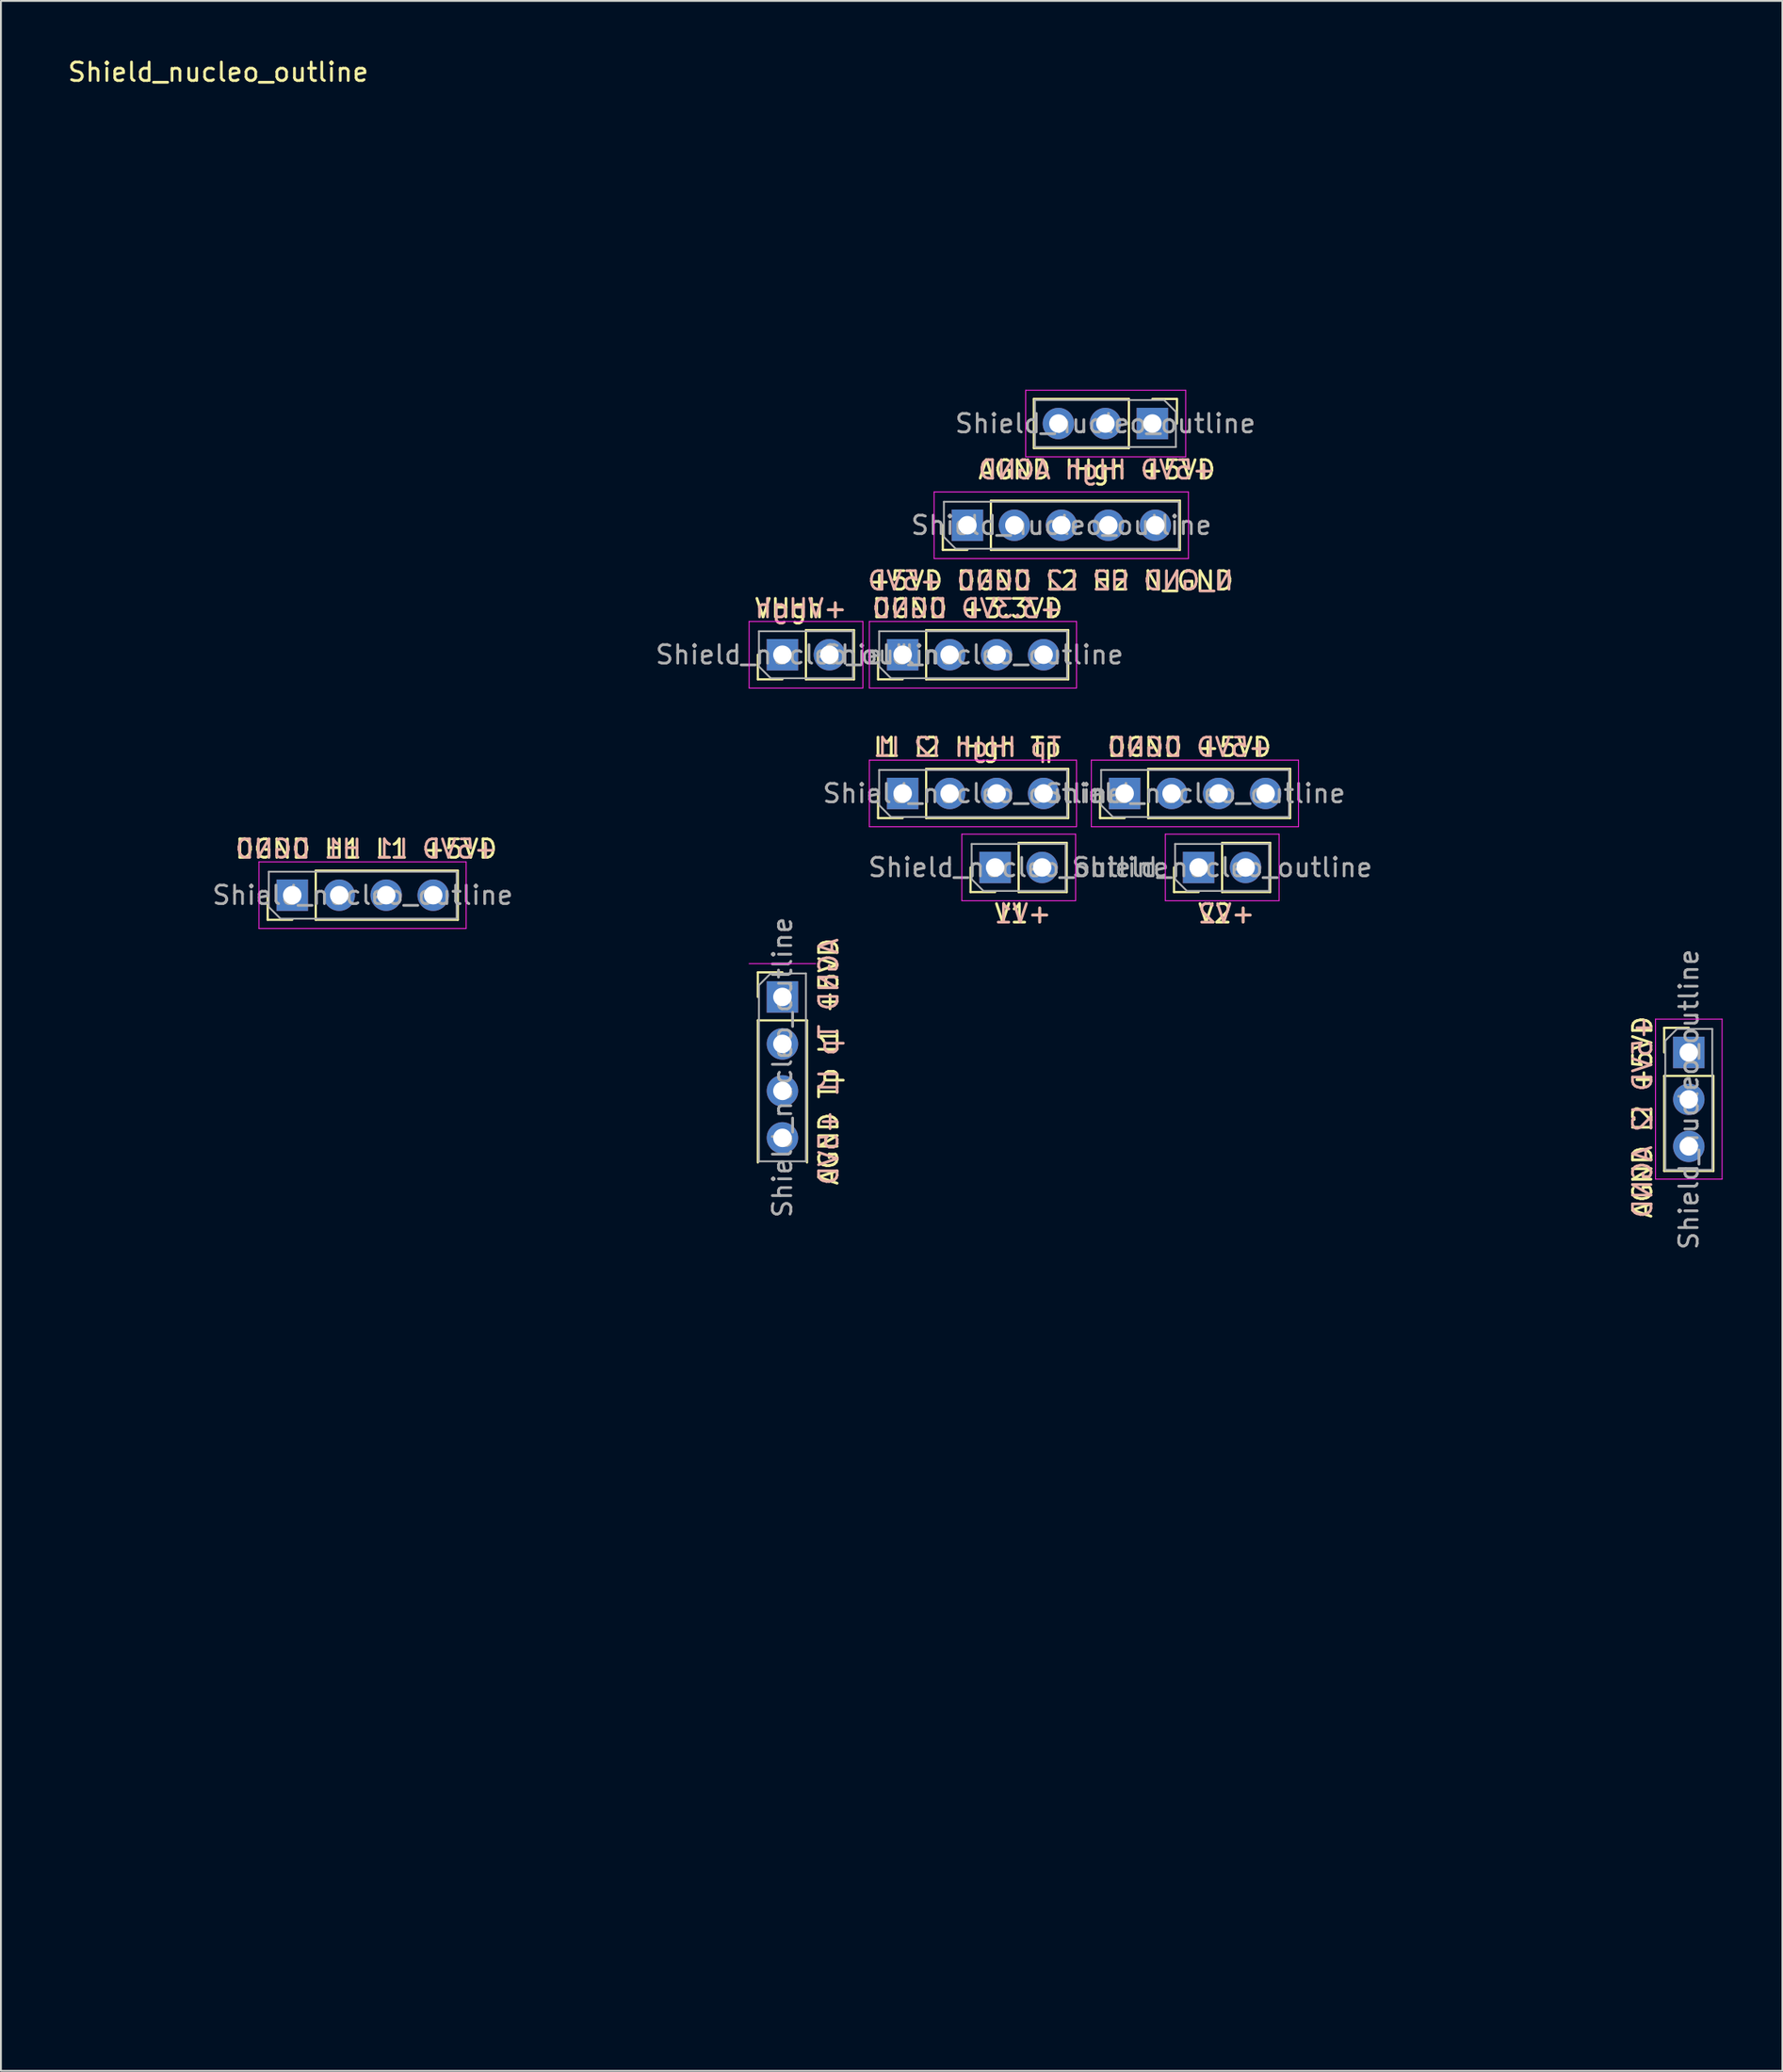
<source format=kicad_pcb>
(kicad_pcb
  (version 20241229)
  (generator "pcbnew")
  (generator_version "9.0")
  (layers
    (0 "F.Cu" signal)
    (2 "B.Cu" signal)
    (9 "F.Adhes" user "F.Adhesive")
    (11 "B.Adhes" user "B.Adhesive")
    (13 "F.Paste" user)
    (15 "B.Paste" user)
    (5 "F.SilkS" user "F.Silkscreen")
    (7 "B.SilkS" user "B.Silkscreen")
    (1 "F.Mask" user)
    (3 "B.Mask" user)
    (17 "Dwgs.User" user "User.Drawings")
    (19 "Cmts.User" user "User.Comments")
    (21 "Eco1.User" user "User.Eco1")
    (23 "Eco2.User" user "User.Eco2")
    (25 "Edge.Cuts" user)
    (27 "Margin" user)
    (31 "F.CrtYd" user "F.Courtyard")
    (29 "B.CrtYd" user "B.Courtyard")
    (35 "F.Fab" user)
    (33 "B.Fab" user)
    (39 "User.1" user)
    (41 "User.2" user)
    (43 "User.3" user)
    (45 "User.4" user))
  (footprint "Shield_nucleo_outline"
    (layer "F.Cu")
    (at 0.25 5.848)
    (property "Reference" "Shield_nucleo_outline" (at 8.5 -5 180) (layer "F.SilkS") (effects (font (size 1 1) (thickness 0.15))))
    (attr through_hole)
    (fp_line (start 11.17 40.83) (end 11.17 39.5) (stroke (width 0.12) (type solid)) (layer "F.SilkS"))
    (fp_line (start 12.5 40.83) (end 11.17 40.83) (stroke (width 0.12) (type solid)) (layer "F.SilkS"))
    (fp_line (start 13.77 38.17) (end 21.45 38.17) (stroke (width 0.12) (type solid)) (layer "F.SilkS"))
    (fp_line (start 13.77 40.83) (end 13.77 38.17) (stroke (width 0.12) (type solid)) (layer "F.SilkS"))
    (fp_line (start 13.77 40.83) (end 21.45 40.83) (stroke (width 0.12) (type solid)) (layer "F.SilkS"))
    (fp_line (start 21.45 40.83) (end 21.45 38.17) (stroke (width 0.12) (type solid)) (layer "F.SilkS"))
    (fp_line (start 37.67 27.83) (end 37.67 26.5) (stroke (width 0.12) (type solid)) (layer "F.SilkS"))
    (fp_line (start 37.67 43.67) (end 39 43.67) (stroke (width 0.12) (type solid)) (layer "F.SilkS"))
    (fp_line (start 37.67 45) (end 37.67 43.67) (stroke (width 0.12) (type solid)) (layer "F.SilkS"))
    (fp_line (start 37.67 46.27) (end 37.67 53.95) (stroke (width 0.12) (type solid)) (layer "F.SilkS"))
    (fp_line (start 37.67 46.27) (end 40.33 46.27) (stroke (width 0.12) (type solid)) (layer "F.SilkS"))
    (fp_line (start 39 27.83) (end 37.67 27.83) (stroke (width 0.12) (type solid)) (layer "F.SilkS"))
    (fp_line (start 40.27 25.17) (end 42.87 25.17) (stroke (width 0.12) (type solid)) (layer "F.SilkS"))
    (fp_line (start 40.27 27.83) (end 40.27 25.17) (stroke (width 0.12) (type solid)) (layer "F.SilkS"))
    (fp_line (start 40.27 27.83) (end 42.87 27.83) (stroke (width 0.12) (type solid)) (layer "F.SilkS"))
    (fp_line (start 40.33 46.27) (end 40.33 53.95) (stroke (width 0.12) (type solid)) (layer "F.SilkS"))
    (fp_line (start 42.87 27.83) (end 42.87 25.17) (stroke (width 0.12) (type solid)) (layer "F.SilkS"))
    (fp_line (start 44.17 27.83) (end 44.17 26.5) (stroke (width 0.12) (type solid)) (layer "F.SilkS"))
    (fp_line (start 44.17 35.33) (end 44.17 34) (stroke (width 0.12) (type solid)) (layer "F.SilkS"))
    (fp_line (start 45.5 27.83) (end 44.17 27.83) (stroke (width 0.12) (type solid)) (layer "F.SilkS"))
    (fp_line (start 45.5 35.33) (end 44.17 35.33) (stroke (width 0.12) (type solid)) (layer "F.SilkS"))
    (fp_line (start 46.77 25.17) (end 54.45 25.17) (stroke (width 0.12) (type solid)) (layer "F.SilkS"))
    (fp_line (start 46.77 27.83) (end 46.77 25.17) (stroke (width 0.12) (type solid)) (layer "F.SilkS"))
    (fp_line (start 46.77 27.83) (end 54.45 27.83) (stroke (width 0.12) (type solid)) (layer "F.SilkS"))
    (fp_line (start 46.77 32.67) (end 54.45 32.67) (stroke (width 0.12) (type solid)) (layer "F.SilkS"))
    (fp_line (start 46.77 35.33) (end 46.77 32.67) (stroke (width 0.12) (type solid)) (layer "F.SilkS"))
    (fp_line (start 46.77 35.33) (end 54.45 35.33) (stroke (width 0.12) (type solid)) (layer "F.SilkS"))
    (fp_line (start 47.67 20.83) (end 47.67 19.5) (stroke (width 0.12) (type solid)) (layer "F.SilkS"))
    (fp_line (start 49 20.83) (end 47.67 20.83) (stroke (width 0.12) (type solid)) (layer "F.SilkS"))
    (fp_line (start 49.17 39.33) (end 49.17 38) (stroke (width 0.12) (type solid)) (layer "F.SilkS"))
    (fp_line (start 50.27 18.17) (end 60.49 18.17) (stroke (width 0.12) (type solid)) (layer "F.SilkS"))
    (fp_line (start 50.27 20.83) (end 50.27 18.17) (stroke (width 0.12) (type solid)) (layer "F.SilkS"))
    (fp_line (start 50.27 20.83) (end 60.49 20.83) (stroke (width 0.12) (type solid)) (layer "F.SilkS"))
    (fp_line (start 50.5 39.33) (end 49.17 39.33) (stroke (width 0.12) (type solid)) (layer "F.SilkS"))
    (fp_line (start 51.77 36.67) (end 54.37 36.67) (stroke (width 0.12) (type solid)) (layer "F.SilkS"))
    (fp_line (start 51.77 39.33) (end 51.77 36.67) (stroke (width 0.12) (type solid)) (layer "F.SilkS"))
    (fp_line (start 51.77 39.33) (end 54.37 39.33) (stroke (width 0.12) (type solid)) (layer "F.SilkS"))
    (fp_line (start 52.59 12.67) (end 52.59 15.33) (stroke (width 0.12) (type solid)) (layer "F.SilkS"))
    (fp_line (start 54.37 39.33) (end 54.37 36.67) (stroke (width 0.12) (type solid)) (layer "F.SilkS"))
    (fp_line (start 54.45 27.83) (end 54.45 25.17) (stroke (width 0.12) (type solid)) (layer "F.SilkS"))
    (fp_line (start 54.45 35.33) (end 54.45 32.67) (stroke (width 0.12) (type solid)) (layer "F.SilkS"))
    (fp_line (start 56.17 35.33) (end 56.17 34) (stroke (width 0.12) (type solid)) (layer "F.SilkS"))
    (fp_line (start 57.5 35.33) (end 56.17 35.33) (stroke (width 0.12) (type solid)) (layer "F.SilkS"))
    (fp_line (start 57.73 12.67) (end 52.59 12.67) (stroke (width 0.12) (type solid)) (layer "F.SilkS"))
    (fp_line (start 57.73 12.67) (end 57.73 15.33) (stroke (width 0.12) (type solid)) (layer "F.SilkS"))
    (fp_line (start 57.73 15.33) (end 52.59 15.33) (stroke (width 0.12) (type solid)) (layer "F.SilkS"))
    (fp_line (start 58.77 32.67) (end 66.45 32.67) (stroke (width 0.12) (type solid)) (layer "F.SilkS"))
    (fp_line (start 58.77 35.33) (end 58.77 32.67) (stroke (width 0.12) (type solid)) (layer "F.SilkS"))
    (fp_line (start 58.77 35.33) (end 66.45 35.33) (stroke (width 0.12) (type solid)) (layer "F.SilkS"))
    (fp_line (start 59 12.67) (end 60.33 12.67) (stroke (width 0.12) (type solid)) (layer "F.SilkS"))
    (fp_line (start 60.17 39.33) (end 60.17 38) (stroke (width 0.12) (type solid)) (layer "F.SilkS"))
    (fp_line (start 60.33 12.67) (end 60.33 14) (stroke (width 0.12) (type solid)) (layer "F.SilkS"))
    (fp_line (start 60.49 20.83) (end 60.49 18.17) (stroke (width 0.12) (type solid)) (layer "F.SilkS"))
    (fp_line (start 61.5 39.33) (end 60.17 39.33) (stroke (width 0.12) (type solid)) (layer "F.SilkS"))
    (fp_line (start 62.77 36.67) (end 65.37 36.67) (stroke (width 0.12) (type solid)) (layer "F.SilkS"))
    (fp_line (start 62.77 39.33) (end 62.77 36.67) (stroke (width 0.12) (type solid)) (layer "F.SilkS"))
    (fp_line (start 62.77 39.33) (end 65.37 39.33) (stroke (width 0.12) (type solid)) (layer "F.SilkS"))
    (fp_line (start 65.37 39.33) (end 65.37 36.67) (stroke (width 0.12) (type solid)) (layer "F.SilkS"))
    (fp_line (start 66.45 35.33) (end 66.45 32.67) (stroke (width 0.12) (type solid)) (layer "F.SilkS"))
    (fp_line (start 86.67 46.67) (end 88 46.67) (stroke (width 0.12) (type solid)) (layer "F.SilkS"))
    (fp_line (start 86.67 48) (end 86.67 46.67) (stroke (width 0.12) (type solid)) (layer "F.SilkS"))
    (fp_line (start 86.67 49.27) (end 86.67 54.41) (stroke (width 0.12) (type solid)) (layer "F.SilkS"))
    (fp_line (start 86.67 49.27) (end 89.33 49.27) (stroke (width 0.12) (type solid)) (layer "F.SilkS"))
    (fp_line (start 86.67 54.41) (end 89.33 54.41) (stroke (width 0.12) (type solid)) (layer "F.SilkS"))
    (fp_line (start 89.33 49.27) (end 89.33 54.41) (stroke (width 0.12) (type solid)) (layer "F.SilkS"))
    (fp_line (start 0 0) (end 0 100) (stroke (width 0.12) (type solid)) (layer "Eco2.User"))
    (fp_line (start 0 0) (end 68 0) (stroke (width 0.12) (type solid)) (layer "Eco2.User"))
    (fp_line (start 0 42) (end 0 0) (stroke (width 0.12) (type solid)) (layer "Eco2.User"))
    (fp_line (start 0 100) (end 90 100) (stroke (width 0.12) (type solid)) (layer "Eco2.User"))
    (fp_line (start 68 0) (end 90 0) (stroke (width 0.12) (type solid)) (layer "Eco2.User"))
    (fp_line (start 90 0) (end 90 36) (stroke (width 0.12) (type solid)) (layer "Eco2.User"))
    (fp_line (start 90 36) (end 90 63) (stroke (width 0.12) (type solid)) (layer "Eco2.User"))
    (fp_line (start 90 100) (end 90 63) (stroke (width 0.12) (type solid)) (layer "Eco2.User"))
    (fp_line (start 10.7 37.7) (end 10.7 41.3) (stroke (width 0.05) (type solid)) (layer "F.CrtYd"))
    (fp_line (start 10.7 41.3) (end 21.9 41.3) (stroke (width 0.05) (type solid)) (layer "F.CrtYd"))
    (fp_line (start 21.9 37.7) (end 10.7 37.7) (stroke (width 0.05) (type solid)) (layer "F.CrtYd"))
    (fp_line (start 21.9 41.3) (end 21.9 37.7) (stroke (width 0.05) (type solid)) (layer "F.CrtYd"))
    (fp_line (start 37.2 24.7) (end 37.2 28.3) (stroke (width 0.05) (type solid)) (layer "F.CrtYd"))
    (fp_line (start 37.2 28.3) (end 43.35 28.3) (stroke (width 0.05) (type solid)) (layer "F.CrtYd"))
    (fp_line (start 40.8 43.2) (end 37.2 43.2) (stroke (width 0.05) (type solid)) (layer "F.CrtYd"))
    (fp_line (start 43.35 24.7) (end 37.2 24.7) (stroke (width 0.05) (type solid)) (layer "F.CrtYd"))
    (fp_line (start 43.35 28.3) (end 43.35 24.7) (stroke (width 0.05) (type solid)) (layer "F.CrtYd"))
    (fp_line (start 43.7 24.7) (end 43.7 28.3) (stroke (width 0.05) (type solid)) (layer "F.CrtYd"))
    (fp_line (start 43.7 28.3) (end 54.9 28.3) (stroke (width 0.05) (type solid)) (layer "F.CrtYd"))
    (fp_line (start 43.7 32.2) (end 43.7 35.8) (stroke (width 0.05) (type solid)) (layer "F.CrtYd"))
    (fp_line (start 43.7 35.8) (end 54.9 35.8) (stroke (width 0.05) (type solid)) (layer "F.CrtYd"))
    (fp_line (start 47.2 17.7) (end 47.2 21.3) (stroke (width 0.05) (type solid)) (layer "F.CrtYd"))
    (fp_line (start 47.2 21.3) (end 60.95 21.3) (stroke (width 0.05) (type solid)) (layer "F.CrtYd"))
    (fp_line (start 48.7 36.2) (end 48.7 39.8) (stroke (width 0.05) (type solid)) (layer "F.CrtYd"))
    (fp_line (start 48.7 39.8) (end 54.85 39.8) (stroke (width 0.05) (type solid)) (layer "F.CrtYd"))
    (fp_line (start 52.15 12.2) (end 52.15 15.8) (stroke (width 0.05) (type solid)) (layer "F.CrtYd"))
    (fp_line (start 52.15 15.8) (end 60.8 15.8) (stroke (width 0.05) (type solid)) (layer "F.CrtYd"))
    (fp_line (start 54.85 36.2) (end 48.7 36.2) (stroke (width 0.05) (type solid)) (layer "F.CrtYd"))
    (fp_line (start 54.85 39.8) (end 54.85 36.2) (stroke (width 0.05) (type solid)) (layer "F.CrtYd"))
    (fp_line (start 54.9 24.7) (end 43.7 24.7) (stroke (width 0.05) (type solid)) (layer "F.CrtYd"))
    (fp_line (start 54.9 28.3) (end 54.9 24.7) (stroke (width 0.05) (type solid)) (layer "F.CrtYd"))
    (fp_line (start 54.9 32.2) (end 43.7 32.2) (stroke (width 0.05) (type solid)) (layer "F.CrtYd"))
    (fp_line (start 54.9 35.8) (end 54.9 32.2) (stroke (width 0.05) (type solid)) (layer "F.CrtYd"))
    (fp_line (start 55.7 32.2) (end 55.7 35.8) (stroke (width 0.05) (type solid)) (layer "F.CrtYd"))
    (fp_line (start 55.7 35.8) (end 66.9 35.8) (stroke (width 0.05) (type solid)) (layer "F.CrtYd"))
    (fp_line (start 59.7 36.2) (end 59.7 39.8) (stroke (width 0.05) (type solid)) (layer "F.CrtYd"))
    (fp_line (start 59.7 39.8) (end 65.85 39.8) (stroke (width 0.05) (type solid)) (layer "F.CrtYd"))
    (fp_line (start 60.8 12.2) (end 52.15 12.2) (stroke (width 0.05) (type solid)) (layer "F.CrtYd"))
    (fp_line (start 60.8 15.8) (end 60.8 12.2) (stroke (width 0.05) (type solid)) (layer "F.CrtYd"))
    (fp_line (start 60.95 17.7) (end 47.2 17.7) (stroke (width 0.05) (type solid)) (layer "F.CrtYd"))
    (fp_line (start 60.95 21.3) (end 60.95 17.7) (stroke (width 0.05) (type solid)) (layer "F.CrtYd"))
    (fp_line (start 65.85 36.2) (end 59.7 36.2) (stroke (width 0.05) (type solid)) (layer "F.CrtYd"))
    (fp_line (start 65.85 39.8) (end 65.85 36.2) (stroke (width 0.05) (type solid)) (layer "F.CrtYd"))
    (fp_line (start 66.9 32.2) (end 55.7 32.2) (stroke (width 0.05) (type solid)) (layer "F.CrtYd"))
    (fp_line (start 66.9 35.8) (end 66.9 32.2) (stroke (width 0.05) (type solid)) (layer "F.CrtYd"))
    (fp_line (start 86.2 46.2) (end 86.2 54.85) (stroke (width 0.05) (type solid)) (layer "F.CrtYd"))
    (fp_line (start 86.2 54.85) (end 89.8 54.85) (stroke (width 0.05) (type solid)) (layer "F.CrtYd"))
    (fp_line (start 89.8 46.2) (end 86.2 46.2) (stroke (width 0.05) (type solid)) (layer "F.CrtYd"))
    (fp_line (start 89.8 54.85) (end 89.8 46.2) (stroke (width 0.05) (type solid)) (layer "F.CrtYd"))
    (fp_line (start 11.23 38.23) (end 21.39 38.23) (stroke (width 0.1) (type solid)) (layer "F.Fab"))
    (fp_line (start 11.23 40.135) (end 11.23 38.23) (stroke (width 0.1) (type solid)) (layer "F.Fab"))
    (fp_line (start 11.865 40.77) (end 11.23 40.135) (stroke (width 0.1) (type solid)) (layer "F.Fab"))
    (fp_line (start 21.39 38.23) (end 21.39 40.77) (stroke (width 0.1) (type solid)) (layer "F.Fab"))
    (fp_line (start 21.39 40.77) (end 11.865 40.77) (stroke (width 0.1) (type solid)) (layer "F.Fab"))
    (fp_line (start 37.73 25.23) (end 42.81 25.23) (stroke (width 0.1) (type solid)) (layer "F.Fab"))
    (fp_line (start 37.73 27.135) (end 37.73 25.23) (stroke (width 0.1) (type solid)) (layer "F.Fab"))
    (fp_line (start 37.73 44.365) (end 38.365 43.73) (stroke (width 0.1) (type solid)) (layer "F.Fab"))
    (fp_line (start 37.73 53.89) (end 37.73 44.365) (stroke (width 0.1) (type solid)) (layer "F.Fab"))
    (fp_line (start 38.365 27.77) (end 37.73 27.135) (stroke (width 0.1) (type solid)) (layer "F.Fab"))
    (fp_line (start 38.365 43.73) (end 40.27 43.73) (stroke (width 0.1) (type solid)) (layer "F.Fab"))
    (fp_line (start 40.27 43.73) (end 40.27 53.89) (stroke (width 0.1) (type solid)) (layer "F.Fab"))
    (fp_line (start 40.27 53.89) (end 37.73 53.89) (stroke (width 0.1) (type solid)) (layer "F.Fab"))
    (fp_line (start 42.81 25.23) (end 42.81 27.77) (stroke (width 0.1) (type solid)) (layer "F.Fab"))
    (fp_line (start 42.81 27.77) (end 38.365 27.77) (stroke (width 0.1) (type solid)) (layer "F.Fab"))
    (fp_line (start 44.23 25.23) (end 54.39 25.23) (stroke (width 0.1) (type solid)) (layer "F.Fab"))
    (fp_line (start 44.23 27.135) (end 44.23 25.23) (stroke (width 0.1) (type solid)) (layer "F.Fab"))
    (fp_line (start 44.23 32.73) (end 54.39 32.73) (stroke (width 0.1) (type solid)) (layer "F.Fab"))
    (fp_line (start 44.23 34.635) (end 44.23 32.73) (stroke (width 0.1) (type solid)) (layer "F.Fab"))
    (fp_line (start 44.865 27.77) (end 44.23 27.135) (stroke (width 0.1) (type solid)) (layer "F.Fab"))
    (fp_line (start 44.865 35.27) (end 44.23 34.635) (stroke (width 0.1) (type solid)) (layer "F.Fab"))
    (fp_line (start 47.73 18.23) (end 60.43 18.23) (stroke (width 0.1) (type solid)) (layer "F.Fab"))
    (fp_line (start 47.73 20.135) (end 47.73 18.23) (stroke (width 0.1) (type solid)) (layer "F.Fab"))
    (fp_line (start 48.365 20.77) (end 47.73 20.135) (stroke (width 0.1) (type solid)) (layer "F.Fab"))
    (fp_line (start 49.23 36.73) (end 54.31 36.73) (stroke (width 0.1) (type solid)) (layer "F.Fab"))
    (fp_line (start 49.23 38.635) (end 49.23 36.73) (stroke (width 0.1) (type solid)) (layer "F.Fab"))
    (fp_line (start 49.865 39.27) (end 49.23 38.635) (stroke (width 0.1) (type solid)) (layer "F.Fab"))
    (fp_line (start 52.65 12.73) (end 59.635 12.73) (stroke (width 0.1) (type solid)) (layer "F.Fab"))
    (fp_line (start 52.65 15.27) (end 52.65 12.73) (stroke (width 0.1) (type solid)) (layer "F.Fab"))
    (fp_line (start 54.31 36.73) (end 54.31 39.27) (stroke (width 0.1) (type solid)) (layer "F.Fab"))
    (fp_line (start 54.31 39.27) (end 49.865 39.27) (stroke (width 0.1) (type solid)) (layer "F.Fab"))
    (fp_line (start 54.39 25.23) (end 54.39 27.77) (stroke (width 0.1) (type solid)) (layer "F.Fab"))
    (fp_line (start 54.39 27.77) (end 44.865 27.77) (stroke (width 0.1) (type solid)) (layer "F.Fab"))
    (fp_line (start 54.39 32.73) (end 54.39 35.27) (stroke (width 0.1) (type solid)) (layer "F.Fab"))
    (fp_line (start 54.39 35.27) (end 44.865 35.27) (stroke (width 0.1) (type solid)) (layer "F.Fab"))
    (fp_line (start 56.23 32.73) (end 66.39 32.73) (stroke (width 0.1) (type solid)) (layer "F.Fab"))
    (fp_line (start 56.23 34.635) (end 56.23 32.73) (stroke (width 0.1) (type solid)) (layer "F.Fab"))
    (fp_line (start 56.865 35.27) (end 56.23 34.635) (stroke (width 0.1) (type solid)) (layer "F.Fab"))
    (fp_line (start 59.635 12.73) (end 60.27 13.365) (stroke (width 0.1) (type solid)) (layer "F.Fab"))
    (fp_line (start 60.23 36.73) (end 65.31 36.73) (stroke (width 0.1) (type solid)) (layer "F.Fab"))
    (fp_line (start 60.23 38.635) (end 60.23 36.73) (stroke (width 0.1) (type solid)) (layer "F.Fab"))
    (fp_line (start 60.27 13.365) (end 60.27 15.27) (stroke (width 0.1) (type solid)) (layer "F.Fab"))
    (fp_line (start 60.27 15.27) (end 52.65 15.27) (stroke (width 0.1) (type solid)) (layer "F.Fab"))
    (fp_line (start 60.43 18.23) (end 60.43 20.77) (stroke (width 0.1) (type solid)) (layer "F.Fab"))
    (fp_line (start 60.43 20.77) (end 48.365 20.77) (stroke (width 0.1) (type solid)) (layer "F.Fab"))
    (fp_line (start 60.865 39.27) (end 60.23 38.635) (stroke (width 0.1) (type solid)) (layer "F.Fab"))
    (fp_line (start 65.31 36.73) (end 65.31 39.27) (stroke (width 0.1) (type solid)) (layer "F.Fab"))
    (fp_line (start 65.31 39.27) (end 60.865 39.27) (stroke (width 0.1) (type solid)) (layer "F.Fab"))
    (fp_line (start 66.39 32.73) (end 66.39 35.27) (stroke (width 0.1) (type solid)) (layer "F.Fab"))
    (fp_line (start 66.39 35.27) (end 56.865 35.27) (stroke (width 0.1) (type solid)) (layer "F.Fab"))
    (fp_line (start 86.73 47.365) (end 87.365 46.73) (stroke (width 0.1) (type solid)) (layer "F.Fab"))
    (fp_line (start 86.73 54.35) (end 86.73 47.365) (stroke (width 0.1) (type solid)) (layer "F.Fab"))
    (fp_line (start 87.365 46.73) (end 89.27 46.73) (stroke (width 0.1) (type solid)) (layer "F.Fab"))
    (fp_line (start 89.27 46.73) (end 89.27 54.35) (stroke (width 0.1) (type solid)) (layer "F.Fab"))
    (fp_line (start 89.27 54.35) (end 86.73 54.35) (stroke (width 0.1) (type solid)) (layer "F.Fab"))
    (fp_text user "VHgh+" (at 40 24 180) (layer "F.SilkS") (effects (font (size 1 1) (thickness 0.15))))
    (fp_text user "V1+" (at 52 40.5 180) (layer "F.SilkS") (effects (font (size 1 1) (thickness 0.15))))
    (fp_text user "V2+" (at 63 40.5 180) (layer "F.SilkS") (effects (font (size 1 1) (thickness 0.15))))
    (fp_text user "DGND +3.3VD" (at 49 24 180) (layer "F.SilkS") (effects (font (size 1 1) (thickness 0.15))))
    (fp_text user "AGND IHgh +5VD" (at 56 16.5 0) (layer "F.SilkS") (effects (font (size 1 1) (thickness 0.15))))
    (fp_text user "AGND I2 +5VD" (at 85.5 51.5 90) (layer "F.SilkS") (effects (font (size 1 1) (thickness 0.15))))
    (fp_text user "DGND +5VD" (at 61 31.5 180) (layer "F.SilkS") (effects (font (size 1 1) (thickness 0.15))))
    (fp_text user "+5VD DGND L2 H2 N_GND" (at 53.5 22.5 180) (layer "F.SilkS") (effects (font (size 1 1) (thickness 0.15))))
    (fp_text user "AGND Tp I1 +5VD" (at 41.5 48.5 270) (layer "F.SilkS") (effects (font (size 1 1) (thickness 0.15))))
    (fp_text user "I1 I2 IHgh Tp" (at 49 31.5 180) (layer "F.SilkS") (effects (font (size 1 1) (thickness 0.15))))
    (fp_text user "DGND H1 L1 +5VD" (at 16.5 37 180) (layer "F.SilkS") (effects (font (size 1 1) (thickness 0.15))))
    (fp_text user "N_GND H2 L2 DGND +5VD" (at 53.5 22.5 180) (layer "B.SilkS") (effects (font (size 1 1) (thickness 0.15)) (justify mirror)))
    (fp_text user "+5VD IHgh AGND" (at 56 16.5 0) (layer "B.SilkS") (effects (font (size 1 1) (thickness 0.15)) (justify mirror)))
    (fp_text user "+5VD I2 AGND" (at 85.5 51.5 90) (layer "B.SilkS") (effects (font (size 1 1) (thickness 0.15)) (justify mirror)))
    (fp_text user "+V2" (at 63 40.5 180) (layer "B.SilkS") (effects (font (size 1 1) (thickness 0.15)) (justify mirror)))
    (fp_text user "+3.3VD DGND" (at 49 24 180) (layer "B.SilkS") (effects (font (size 1 1) (thickness 0.15)) (justify mirror)))
    (fp_text user "+5VD DGND" (at 61 31.5 180) (layer "B.SilkS") (effects (font (size 1 1) (thickness 0.15)) (justify mirror)))
    (fp_text user "AGND Tp I1 +5VD" (at 41.5 48.5 270) (layer "B.SilkS") (effects (font (size 1 1) (thickness 0.15)) (justify mirror)))
    (fp_text user "+VHgh" (at 40 24 180) (layer "B.SilkS") (effects (font (size 1 1) (thickness 0.15)) (justify mirror)))
    (fp_text user "Tp IHgh I2 I1" (at 49 31.5 180) (layer "B.SilkS") (effects (font (size 1 1) (thickness 0.15)) (justify mirror)))
    (fp_text user "+V1" (at 52 40.5 180) (layer "B.SilkS") (effects (font (size 1 1) (thickness 0.15)) (justify mirror)))
    (fp_text user "+5VD L1 H1 DGND" (at 16.5 37 180) (layer "B.SilkS") (effects (font (size 1 1) (thickness 0.15)) (justify mirror)))
    (fp_text user "${REFERENCE}" (at 54.08 19.5 180) (layer "F.Fab") (effects (font (size 1 1) (thickness 0.15))))
    (fp_text user "${REFERENCE}" (at 49.31 34 180) (layer "F.Fab") (effects (font (size 1 1) (thickness 0.15))))
    (fp_text user "${REFERENCE}" (at 61.31 34 180) (layer "F.Fab") (effects (font (size 1 1) (thickness 0.15))))
    (fp_text user "${REFERENCE}" (at 49.31 26.5 180) (layer "F.Fab") (effects (font (size 1 1) (thickness 0.15))))
    (fp_text user "${REFERENCE}" (at 39 48.81 90) (layer "F.Fab") (effects (font (size 1 1) (thickness 0.15))))
    (fp_text user "${REFERENCE}" (at 51.77 38 180) (layer "F.Fab") (effects (font (size 1 1) (thickness 0.15))))
    (fp_text user "${REFERENCE}" (at 62.77 38 180) (layer "F.Fab") (effects (font (size 1 1) (thickness 0.15))))
    (fp_text user "${REFERENCE}" (at 56.46 14 0) (layer "F.Fab") (effects (font (size 1 1) (thickness 0.15))))
    (fp_text user "${REFERENCE}" (at 88 50.54 90) (layer "F.Fab") (effects (font (size 1 1) (thickness 0.15))))
    (fp_text user "${REFERENCE}" (at 40.27 26.5 180) (layer "F.Fab") (effects (font (size 1 1) (thickness 0.15))))
    (fp_text user "${REFERENCE}" (at 16.31 39.5 180) (layer "F.Fab") (effects (font (size 1 1) (thickness 0.15))))
    (pad "0" thru_hole rect (at 45.5 34 90) (size 1.7 1.7) (drill 1) (layers "*.Cu" "*.Mask"))
    (pad "0" thru_hole oval (at 48.04 34 90) (size 1.7 1.7) (drill 1) (layers "*.Cu" "*.Mask"))
    (pad "0" thru_hole oval (at 50.58 34 90) (size 1.7 1.7) (drill 1) (layers "*.Cu" "*.Mask"))
    (pad "0" thru_hole oval (at 53.12 34 90) (size 1.7 1.7) (drill 1) (layers "*.Cu" "*.Mask"))
    (pad "3" thru_hole rect (at 50.5 38 90) (size 1.7 1.7) (drill 1) (layers "*.Cu" "*.Mask"))
    (pad "4" thru_hole oval (at 53.04 38 90) (size 1.7 1.7) (drill 1) (layers "*.Cu" "*.Mask"))
    (pad "5" thru_hole rect (at 61.5 38 90) (size 1.7 1.7) (drill 1) (layers "*.Cu" "*.Mask"))
    (pad "6" thru_hole oval (at 64.04 38 90) (size 1.7 1.7) (drill 1) (layers "*.Cu" "*.Mask"))
    (pad "7" thru_hole oval (at 41.54 26.5 90) (size 1.7 1.7) (drill 1) (layers "*.Cu" "*.Mask"))
    (pad "8" thru_hole rect (at 39 26.5 90) (size 1.7 1.7) (drill 1) (layers "*.Cu" "*.Mask"))
    (pad "9" thru_hole oval (at 39 47.54) (size 1.7 1.7) (drill 1) (layers "*.Cu" "*.Mask"))
    (pad "10" thru_hole oval (at 88 50.54) (size 1.7 1.7) (drill 1) (layers "*.Cu" "*.Mask"))
    (pad "11" thru_hole oval (at 56.46 14 270) (size 1.7 1.7) (drill 1) (layers "*.Cu" "*.Mask"))
    (pad "12" thru_hole oval (at 39 50.08) (size 1.7 1.7) (drill 1) (layers "*.Cu" "*.Mask"))
    (pad "13" thru_hole oval (at 50.58 26.5 90) (size 1.7 1.7) (drill 1) (layers "*.Cu" "*.Mask"))
    (pad "13" thru_hole oval (at 53.12 26.5 90) (size 1.7 1.7) (drill 1) (layers "*.Cu" "*.Mask"))
    (pad "14" thru_hole rect (at 12.5 39.5 90) (size 1.7 1.7) (drill 1) (layers "*.Cu" "*.Mask"))
    (pad "14" thru_hole rect (at 45.5 26.5 90) (size 1.7 1.7) (drill 1) (layers "*.Cu" "*.Mask"))
    (pad "14" thru_hole oval (at 48.04 26.5 90) (size 1.7 1.7) (drill 1) (layers "*.Cu" "*.Mask"))
    (pad "14" thru_hole oval (at 51.54 19.5 90) (size 1.7 1.7) (drill 1) (layers "*.Cu" "*.Mask"))
    (pad "14" thru_hole rect (at 57.5 34 90) (size 1.7 1.7) (drill 1) (layers "*.Cu" "*.Mask"))
    (pad "14" thru_hole oval (at 60.04 34 90) (size 1.7 1.7) (drill 1) (layers "*.Cu" "*.Mask"))
    (pad "15" thru_hole oval (at 20.12 39.5 90) (size 1.7 1.7) (drill 1) (layers "*.Cu" "*.Mask"))
    (pad "15" thru_hole rect (at 39 45) (size 1.7 1.7) (drill 1) (layers "*.Cu" "*.Mask"))
    (pad "15" thru_hole rect (at 49 19.5 90) (size 1.7 1.7) (drill 1) (layers "*.Cu" "*.Mask"))
    (pad "15" thru_hole rect (at 59 14 270) (size 1.7 1.7) (drill 1) (layers "*.Cu" "*.Mask"))
    (pad "15" thru_hole oval (at 62.58 34 90) (size 1.7 1.7) (drill 1) (layers "*.Cu" "*.Mask"))
    (pad "15" thru_hole oval (at 65.12 34 90) (size 1.7 1.7) (drill 1) (layers "*.Cu" "*.Mask"))
    (pad "15" thru_hole rect (at 88 48) (size 1.7 1.7) (drill 1) (layers "*.Cu" "*.Mask"))
    (pad "16" thru_hole oval (at 39 52.62) (size 1.7 1.7) (drill 1) (layers "*.Cu" "*.Mask"))
    (pad "16" thru_hole oval (at 53.92 14 270) (size 1.7 1.7) (drill 1) (layers "*.Cu" "*.Mask"))
    (pad "16" thru_hole oval (at 88 53.08) (size 1.7 1.7) (drill 1) (layers "*.Cu" "*.Mask"))
    (pad "20" thru_hole oval (at 17.58 39.5 90) (size 1.7 1.7) (drill 1) (layers "*.Cu" "*.Mask"))
    (pad "21" thru_hole oval (at 15.04 39.5 90) (size 1.7 1.7) (drill 1) (layers "*.Cu" "*.Mask"))
    (pad "22" thru_hole oval (at 56.62 19.5 90) (size 1.7 1.7) (drill 1) (layers "*.Cu" "*.Mask"))
    (pad "23" thru_hole oval (at 54.08 19.5 90) (size 1.7 1.7) (drill 1) (layers "*.Cu" "*.Mask"))
    (pad "30" thru_hole oval (at 59.16 19.5 90) (size 1.7 1.7) (drill 1) (layers "*.Cu" "*.Mask")))
  (gr_rect
    (start -3 -3)
    (end 93.31 108.908)
    (stroke (width 0.1) (type default))
    (fill no)
    (layer "Edge.Cuts")))
</source>
